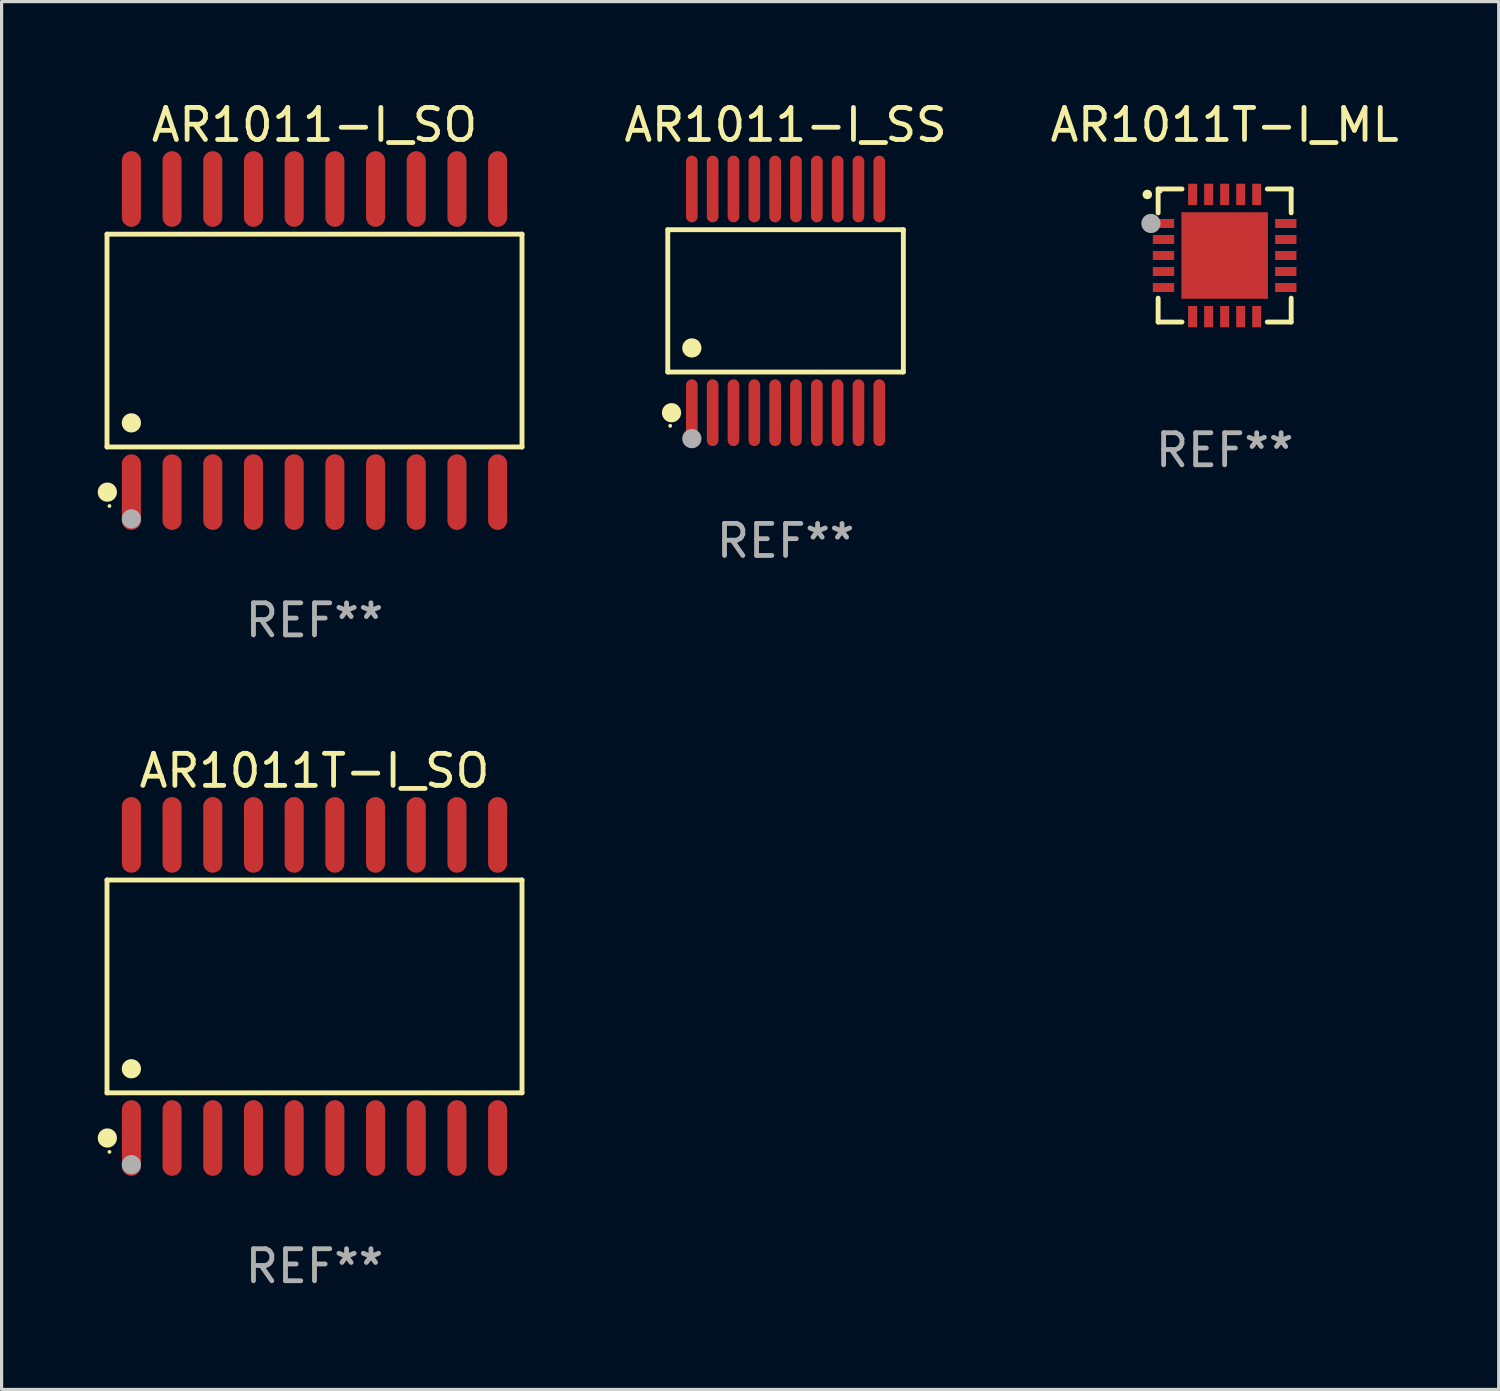
<source format=kicad_pcb>
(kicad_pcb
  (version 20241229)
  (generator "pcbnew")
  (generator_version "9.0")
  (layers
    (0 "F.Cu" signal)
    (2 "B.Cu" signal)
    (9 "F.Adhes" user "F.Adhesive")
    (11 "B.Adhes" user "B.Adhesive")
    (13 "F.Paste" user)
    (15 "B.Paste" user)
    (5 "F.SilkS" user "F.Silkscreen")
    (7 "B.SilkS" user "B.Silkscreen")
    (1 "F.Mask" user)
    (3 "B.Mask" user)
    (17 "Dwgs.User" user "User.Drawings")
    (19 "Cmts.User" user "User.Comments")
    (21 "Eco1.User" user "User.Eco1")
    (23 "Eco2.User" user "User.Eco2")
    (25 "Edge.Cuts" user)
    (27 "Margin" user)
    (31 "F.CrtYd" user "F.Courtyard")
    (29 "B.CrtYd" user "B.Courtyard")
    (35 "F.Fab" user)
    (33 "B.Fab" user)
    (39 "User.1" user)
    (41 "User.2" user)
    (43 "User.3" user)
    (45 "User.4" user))
  (footprint "AR1011-I_SS"
    (layer "F.Cu")
    (at 21.466 6.339)
    (property "Reference" "AR1011-I_SS" (at 0 -5.491 0) (layer "F.SilkS") (effects (font (size 1 1) (thickness 0.15))))
    (attr through_hole)
    (fp_line (start -3.676 -2.221) (end 3.676 -2.221) (stroke (width 0.152) (type solid)) (layer "F.SilkS"))
    (fp_line (start -3.676 2.221) (end -3.676 -2.221) (stroke (width 0.152) (type solid)) (layer "F.SilkS"))
    (fp_line (start 3.676 -2.221) (end 3.676 2.221) (stroke (width 0.152) (type solid)) (layer "F.SilkS"))
    (fp_line (start 3.676 2.221) (end -3.676 2.221) (stroke (width 0.152) (type solid)) (layer "F.SilkS"))
    (fp_circle (center -3.6 3.9) (end -3.57 3.9) (stroke (width 0.06) (type solid)) (fill no) (layer "F.SilkS"))
    (fp_circle (center -3.559 3.491) (end -3.409 3.491) (stroke (width 0.3) (type solid)) (fill no) (layer "F.SilkS"))
    (fp_circle (center -2.925 1.469) (end -2.775 1.469) (stroke (width 0.3) (type solid)) (fill no) (layer "F.SilkS"))
    (fp_circle (center -2.925 4.3) (end -2.775 4.3) (stroke (width 0.3) (type solid)) (fill no) (layer "F.Fab"))
    (fp_text user "REF**" (at 0 7.491 0) (layer "F.Fab") (effects (font (size 1 1) (thickness 0.15))))
    (pad "1" smd oval (at -2.925 3.491) (size 0.364 2.082) (layers "F.Cu" "F.Mask" "F.Paste"))
    (pad "2" smd oval (at -2.275 3.491) (size 0.364 2.082) (layers "F.Cu" "F.Mask" "F.Paste"))
    (pad "3" smd oval (at -1.625 3.491) (size 0.364 2.082) (layers "F.Cu" "F.Mask" "F.Paste"))
    (pad "4" smd oval (at -0.975 3.491) (size 0.364 2.082) (layers "F.Cu" "F.Mask" "F.Paste"))
    (pad "5" smd oval (at -0.325 3.491) (size 0.364 2.082) (layers "F.Cu" "F.Mask" "F.Paste"))
    (pad "6" smd oval (at 0.325 3.491) (size 0.364 2.082) (layers "F.Cu" "F.Mask" "F.Paste"))
    (pad "7" smd oval (at 0.975 3.491) (size 0.364 2.082) (layers "F.Cu" "F.Mask" "F.Paste"))
    (pad "8" smd oval (at 1.625 3.491) (size 0.364 2.082) (layers "F.Cu" "F.Mask" "F.Paste"))
    (pad "9" smd oval (at 2.275 3.491) (size 0.364 2.082) (layers "F.Cu" "F.Mask" "F.Paste"))
    (pad "10" smd oval (at 2.925 3.491) (size 0.364 2.082) (layers "F.Cu" "F.Mask" "F.Paste"))
    (pad "11" smd oval (at 2.925 -3.491) (size 0.364 2.082) (layers "F.Cu" "F.Mask" "F.Paste"))
    (pad "12" smd oval (at 2.275 -3.491) (size 0.364 2.082) (layers "F.Cu" "F.Mask" "F.Paste"))
    (pad "13" smd oval (at 1.625 -3.491) (size 0.364 2.082) (layers "F.Cu" "F.Mask" "F.Paste"))
    (pad "14" smd oval (at 0.975 -3.491) (size 0.364 2.082) (layers "F.Cu" "F.Mask" "F.Paste"))
    (pad "15" smd oval (at 0.325 -3.491) (size 0.364 2.082) (layers "F.Cu" "F.Mask" "F.Paste"))
    (pad "16" smd oval (at -0.325 -3.491) (size 0.364 2.082) (layers "F.Cu" "F.Mask" "F.Paste"))
    (pad "17" smd oval (at -0.975 -3.491) (size 0.364 2.082) (layers "F.Cu" "F.Mask" "F.Paste"))
    (pad "18" smd oval (at -1.625 -3.491) (size 0.364 2.082) (layers "F.Cu" "F.Mask" "F.Paste"))
    (pad "19" smd oval (at -2.275 -3.491) (size 0.364 2.082) (layers "F.Cu" "F.Mask" "F.Paste"))
    (pad "20" smd oval (at -2.925 -3.491) (size 0.364 2.082) (layers "F.Cu" "F.Mask" "F.Paste")))
  (footprint "AR1011T-I_ML"
    (layer "F.Cu")
    (at 35.169 4.924)
    (property "Reference" "AR1011T-I_ML" (at 0 -4.076 0) (layer "F.SilkS") (effects (font (size 1 1) (thickness 0.15))))
    (attr through_hole)
    (fp_line (start -2.076 -2.076) (end -2.076 -1.331) (stroke (width 0.152) (type solid)) (layer "F.SilkS"))
    (fp_line (start -2.076 2.076) (end -2.076 1.331) (stroke (width 0.152) (type solid)) (layer "F.SilkS"))
    (fp_line (start -1.331 -2.076) (end -2.076 -2.076) (stroke (width 0.152) (type solid)) (layer "F.SilkS"))
    (fp_line (start -1.331 2.076) (end -2.076 2.076) (stroke (width 0.152) (type solid)) (layer "F.SilkS"))
    (fp_line (start 1.331 -2.076) (end 2.076 -2.076) (stroke (width 0.152) (type solid)) (layer "F.SilkS"))
    (fp_line (start 1.331 2.076) (end 2.076 2.076) (stroke (width 0.152) (type solid)) (layer "F.SilkS"))
    (fp_line (start 2.076 -2.076) (end 2.076 -1.331) (stroke (width 0.152) (type solid)) (layer "F.SilkS"))
    (fp_line (start 2.076 2.076) (end 2.076 1.331) (stroke (width 0.152) (type solid)) (layer "F.SilkS"))
    (fp_circle (center -2.413 -1.905) (end -2.338 -1.905) (stroke (width 0.15) (type solid)) (fill no) (layer "F.SilkS"))
    (fp_circle (center -2 -2) (end -1.97 -2) (stroke (width 0.06) (type solid)) (fill no) (layer "F.SilkS"))
    (fp_circle (center -2.3 -1) (end -2.15 -1) (stroke (width 0.3) (type solid)) (fill no) (layer "F.Fab"))
    (fp_text user "REF**" (at 0 6.076 0) (layer "F.Fab") (effects (font (size 1 1) (thickness 0.15))))
    (pad "1" smd rect (at -1.908 -1) (size 0.665 0.28) (layers "F.Cu" "F.Mask" "F.Paste"))
    (pad "2" smd rect (at -1.908 -0.5) (size 0.665 0.28) (layers "F.Cu" "F.Mask" "F.Paste"))
    (pad "3" smd rect (at -1.908 0) (size 0.665 0.28) (layers "F.Cu" "F.Mask" "F.Paste"))
    (pad "4" smd rect (at -1.908 0.5) (size 0.665 0.28) (layers "F.Cu" "F.Mask" "F.Paste"))
    (pad "5" smd rect (at -1.908 1) (size 0.665 0.28) (layers "F.Cu" "F.Mask" "F.Paste"))
    (pad "6" smd rect (at -1 1.908) (size 0.28 0.665) (layers "F.Cu" "F.Mask" "F.Paste"))
    (pad "7" smd rect (at -0.5 1.908) (size 0.28 0.665) (layers "F.Cu" "F.Mask" "F.Paste"))
    (pad "8" smd rect (at 0 1.908) (size 0.28 0.665) (layers "F.Cu" "F.Mask" "F.Paste"))
    (pad "9" smd rect (at 0.5 1.908) (size 0.28 0.665) (layers "F.Cu" "F.Mask" "F.Paste"))
    (pad "10" smd rect (at 1 1.908) (size 0.28 0.665) (layers "F.Cu" "F.Mask" "F.Paste"))
    (pad "11" smd rect (at 1.908 1) (size 0.665 0.28) (layers "F.Cu" "F.Mask" "F.Paste"))
    (pad "12" smd rect (at 1.908 0.5) (size 0.665 0.28) (layers "F.Cu" "F.Mask" "F.Paste"))
    (pad "13" smd rect (at 1.908 0) (size 0.665 0.28) (layers "F.Cu" "F.Mask" "F.Paste"))
    (pad "14" smd rect (at 1.908 -0.5) (size 0.665 0.28) (layers "F.Cu" "F.Mask" "F.Paste"))
    (pad "15" smd rect (at 1.908 -1) (size 0.665 0.28) (layers "F.Cu" "F.Mask" "F.Paste"))
    (pad "16" smd rect (at 1 -1.908) (size 0.28 0.665) (layers "F.Cu" "F.Mask" "F.Paste"))
    (pad "17" smd rect (at 0.5 -1.908) (size 0.28 0.665) (layers "F.Cu" "F.Mask" "F.Paste"))
    (pad "18" smd rect (at 0 -1.908) (size 0.28 0.665) (layers "F.Cu" "F.Mask" "F.Paste"))
    (pad "19" smd rect (at -0.5 -1.908) (size 0.28 0.665) (layers "F.Cu" "F.Mask" "F.Paste"))
    (pad "20" smd rect (at -1 -1.908) (size 0.28 0.665) (layers "F.Cu" "F.Mask" "F.Paste"))
    (pad "21" smd rect (at 0 0) (size 2.7 2.7) (layers "F.Cu" "F.Mask" "F.Paste")))
  (footprint "AR1011-I_SO"
    (layer "F.Cu")
    (at 6.765 7.578)
    (property "Reference" "AR1011-I_SO" (at 0 -6.73 0) (layer "F.SilkS") (effects (font (size 1 1) (thickness 0.15))))
    (attr through_hole)
    (fp_line (start -6.476 -3.321) (end 6.476 -3.321) (stroke (width 0.152) (type solid)) (layer "F.SilkS"))
    (fp_line (start -6.476 3.321) (end -6.476 -3.321) (stroke (width 0.152) (type solid)) (layer "F.SilkS"))
    (fp_line (start 6.476 -3.321) (end 6.476 3.321) (stroke (width 0.152) (type solid)) (layer "F.SilkS"))
    (fp_line (start 6.476 3.321) (end -6.476 3.321) (stroke (width 0.152) (type solid)) (layer "F.SilkS"))
    (fp_circle (center -6.465 4.73) (end -6.315 4.73) (stroke (width 0.3) (type solid)) (fill no) (layer "F.SilkS"))
    (fp_circle (center -6.4 5.163) (end -6.37 5.163) (stroke (width 0.06) (type solid)) (fill no) (layer "F.SilkS"))
    (fp_circle (center -5.715 2.569) (end -5.565 2.569) (stroke (width 0.3) (type solid)) (fill no) (layer "F.SilkS"))
    (fp_circle (center -5.715 5.563) (end -5.565 5.563) (stroke (width 0.3) (type solid)) (fill no) (layer "F.Fab"))
    (fp_text user "REF**" (at 0 8.73 0) (layer "F.Fab") (effects (font (size 1 1) (thickness 0.15))))
    (pad "1" smd oval (at -5.715 4.73) (size 0.595 2.36) (layers "F.Cu" "F.Mask" "F.Paste"))
    (pad "2" smd oval (at -4.445 4.73) (size 0.595 2.36) (layers "F.Cu" "F.Mask" "F.Paste"))
    (pad "3" smd oval (at -3.175 4.73) (size 0.595 2.36) (layers "F.Cu" "F.Mask" "F.Paste"))
    (pad "4" smd oval (at -1.905 4.73) (size 0.595 2.36) (layers "F.Cu" "F.Mask" "F.Paste"))
    (pad "5" smd oval (at -0.635 4.73) (size 0.595 2.36) (layers "F.Cu" "F.Mask" "F.Paste"))
    (pad "6" smd oval (at 0.635 4.73) (size 0.595 2.36) (layers "F.Cu" "F.Mask" "F.Paste"))
    (pad "7" smd oval (at 1.905 4.73) (size 0.595 2.36) (layers "F.Cu" "F.Mask" "F.Paste"))
    (pad "8" smd oval (at 3.175 4.73) (size 0.595 2.36) (layers "F.Cu" "F.Mask" "F.Paste"))
    (pad "9" smd oval (at 4.445 4.73) (size 0.595 2.36) (layers "F.Cu" "F.Mask" "F.Paste"))
    (pad "10" smd oval (at 5.715 4.73) (size 0.595 2.36) (layers "F.Cu" "F.Mask" "F.Paste"))
    (pad "11" smd oval (at 5.715 -4.73) (size 0.595 2.36) (layers "F.Cu" "F.Mask" "F.Paste"))
    (pad "12" smd oval (at 4.445 -4.73) (size 0.595 2.36) (layers "F.Cu" "F.Mask" "F.Paste"))
    (pad "13" smd oval (at 3.175 -4.73) (size 0.595 2.36) (layers "F.Cu" "F.Mask" "F.Paste"))
    (pad "14" smd oval (at 1.905 -4.73) (size 0.595 2.36) (layers "F.Cu" "F.Mask" "F.Paste"))
    (pad "15" smd oval (at 0.635 -4.73) (size 0.595 2.36) (layers "F.Cu" "F.Mask" "F.Paste"))
    (pad "16" smd oval (at -0.635 -4.73) (size 0.595 2.36) (layers "F.Cu" "F.Mask" "F.Paste"))
    (pad "17" smd oval (at -1.905 -4.73) (size 0.595 2.36) (layers "F.Cu" "F.Mask" "F.Paste"))
    (pad "18" smd oval (at -3.175 -4.73) (size 0.595 2.36) (layers "F.Cu" "F.Mask" "F.Paste"))
    (pad "19" smd oval (at -4.445 -4.73) (size 0.595 2.36) (layers "F.Cu" "F.Mask" "F.Paste"))
    (pad "20" smd oval (at -5.715 -4.73) (size 0.595 2.36) (layers "F.Cu" "F.Mask" "F.Paste")))
  (footprint "AR1011T-I_SO"
    (layer "F.Cu")
    (at 6.765 27.735)
    (property "Reference" "AR1011T-I_SO" (at 0 -6.73 0) (layer "F.SilkS") (effects (font (size 1 1) (thickness 0.15))))
    (attr through_hole)
    (fp_line (start -6.476 -3.321) (end 6.476 -3.321) (stroke (width 0.152) (type solid)) (layer "F.SilkS"))
    (fp_line (start -6.476 3.321) (end -6.476 -3.321) (stroke (width 0.152) (type solid)) (layer "F.SilkS"))
    (fp_line (start 6.476 -3.321) (end 6.476 3.321) (stroke (width 0.152) (type solid)) (layer "F.SilkS"))
    (fp_line (start 6.476 3.321) (end -6.476 3.321) (stroke (width 0.152) (type solid)) (layer "F.SilkS"))
    (fp_circle (center -6.465 4.73) (end -6.315 4.73) (stroke (width 0.3) (type solid)) (fill no) (layer "F.SilkS"))
    (fp_circle (center -6.4 5.163) (end -6.37 5.163) (stroke (width 0.06) (type solid)) (fill no) (layer "F.SilkS"))
    (fp_circle (center -5.715 2.569) (end -5.565 2.569) (stroke (width 0.3) (type solid)) (fill no) (layer "F.SilkS"))
    (fp_circle (center -5.715 5.563) (end -5.565 5.563) (stroke (width 0.3) (type solid)) (fill no) (layer "F.Fab"))
    (fp_text user "REF**" (at 0 8.73 0) (layer "F.Fab") (effects (font (size 1 1) (thickness 0.15))))
    (pad "1" smd oval (at -5.715 4.73) (size 0.595 2.36) (layers "F.Cu" "F.Mask" "F.Paste"))
    (pad "2" smd oval (at -4.445 4.73) (size 0.595 2.36) (layers "F.Cu" "F.Mask" "F.Paste"))
    (pad "3" smd oval (at -3.175 4.73) (size 0.595 2.36) (layers "F.Cu" "F.Mask" "F.Paste"))
    (pad "4" smd oval (at -1.905 4.73) (size 0.595 2.36) (layers "F.Cu" "F.Mask" "F.Paste"))
    (pad "5" smd oval (at -0.635 4.73) (size 0.595 2.36) (layers "F.Cu" "F.Mask" "F.Paste"))
    (pad "6" smd oval (at 0.635 4.73) (size 0.595 2.36) (layers "F.Cu" "F.Mask" "F.Paste"))
    (pad "7" smd oval (at 1.905 4.73) (size 0.595 2.36) (layers "F.Cu" "F.Mask" "F.Paste"))
    (pad "8" smd oval (at 3.175 4.73) (size 0.595 2.36) (layers "F.Cu" "F.Mask" "F.Paste"))
    (pad "9" smd oval (at 4.445 4.73) (size 0.595 2.36) (layers "F.Cu" "F.Mask" "F.Paste"))
    (pad "10" smd oval (at 5.715 4.73) (size 0.595 2.36) (layers "F.Cu" "F.Mask" "F.Paste"))
    (pad "11" smd oval (at 5.715 -4.73) (size 0.595 2.36) (layers "F.Cu" "F.Mask" "F.Paste"))
    (pad "12" smd oval (at 4.445 -4.73) (size 0.595 2.36) (layers "F.Cu" "F.Mask" "F.Paste"))
    (pad "13" smd oval (at 3.175 -4.73) (size 0.595 2.36) (layers "F.Cu" "F.Mask" "F.Paste"))
    (pad "14" smd oval (at 1.905 -4.73) (size 0.595 2.36) (layers "F.Cu" "F.Mask" "F.Paste"))
    (pad "15" smd oval (at 0.635 -4.73) (size 0.595 2.36) (layers "F.Cu" "F.Mask" "F.Paste"))
    (pad "16" smd oval (at -0.635 -4.73) (size 0.595 2.36) (layers "F.Cu" "F.Mask" "F.Paste"))
    (pad "17" smd oval (at -1.905 -4.73) (size 0.595 2.36) (layers "F.Cu" "F.Mask" "F.Paste"))
    (pad "18" smd oval (at -3.175 -4.73) (size 0.595 2.36) (layers "F.Cu" "F.Mask" "F.Paste"))
    (pad "19" smd oval (at -4.445 -4.73) (size 0.595 2.36) (layers "F.Cu" "F.Mask" "F.Paste"))
    (pad "20" smd oval (at -5.715 -4.73) (size 0.595 2.36) (layers "F.Cu" "F.Mask" "F.Paste")))
  (gr_rect
    (start -3 -3)
    (end 43.722 40.313)
    (stroke (width 0.1) (type default))
    (fill no)
    (layer "Edge.Cuts")))
</source>
